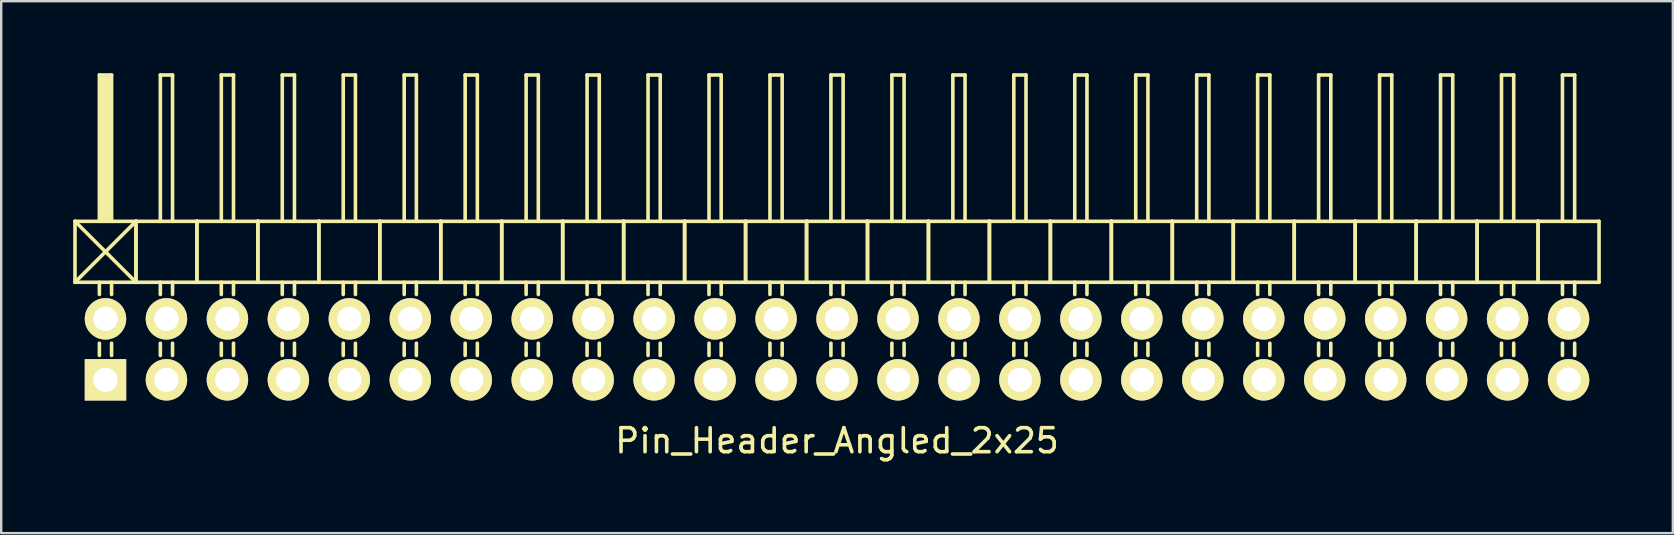
<source format=kicad_pcb>
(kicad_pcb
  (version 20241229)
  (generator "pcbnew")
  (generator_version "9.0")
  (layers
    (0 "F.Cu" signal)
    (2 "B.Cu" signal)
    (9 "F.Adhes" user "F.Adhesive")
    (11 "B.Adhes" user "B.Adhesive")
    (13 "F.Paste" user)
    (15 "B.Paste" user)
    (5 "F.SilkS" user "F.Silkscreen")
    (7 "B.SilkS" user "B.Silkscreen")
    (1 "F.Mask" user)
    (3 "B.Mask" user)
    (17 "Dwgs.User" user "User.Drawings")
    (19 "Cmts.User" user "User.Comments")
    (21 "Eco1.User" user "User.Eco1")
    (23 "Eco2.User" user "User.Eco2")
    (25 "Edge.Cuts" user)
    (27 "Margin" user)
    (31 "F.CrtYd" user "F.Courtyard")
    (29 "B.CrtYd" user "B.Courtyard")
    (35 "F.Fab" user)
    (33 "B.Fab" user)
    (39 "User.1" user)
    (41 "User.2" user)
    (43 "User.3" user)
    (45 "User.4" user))
  (footprint "Pin_Header_Angled_2x25"
    (layer "F.Cu")
    (at 31.825 11.505)
    (property "Reference" "Pin_Header_Angled_2x25" (at 0 3.81 0) (layer "F.SilkS") (effects (font (size 1 1) (thickness 0.15))))
    (attr through_hole)
    (fp_line (start -31.75 -5.334) (end -29.21 -2.794) (stroke (width 0.15) (type solid)) (layer "F.SilkS"))
    (fp_line (start -31.75 -2.794) (end -31.75 -5.334) (stroke (width 0.15) (type solid)) (layer "F.SilkS"))
    (fp_line (start -31.75 -2.794) (end -29.21 -5.334) (stroke (width 0.15) (type solid)) (layer "F.SilkS"))
    (fp_line (start -31.75 -2.794) (end -29.21 -2.794) (stroke (width 0.15) (type solid)) (layer "F.SilkS"))
    (fp_line (start -30.734 -11.43) (end -30.226 -11.43) (stroke (width 0.15) (type solid)) (layer "F.SilkS"))
    (fp_line (start -30.734 -5.334) (end -30.734 -11.43) (stroke (width 0.15) (type solid)) (layer "F.SilkS"))
    (fp_line (start -30.734 -2.794) (end -30.734 -2.286) (stroke (width 0.15) (type solid)) (layer "F.SilkS"))
    (fp_line (start -30.734 -0.254) (end -30.734 0.254) (stroke (width 0.15) (type solid)) (layer "F.SilkS"))
    (fp_line (start -30.607 -11.303) (end -30.353 -11.303) (stroke (width 0.15) (type solid)) (layer "F.SilkS"))
    (fp_line (start -30.607 -5.334) (end -30.607 -11.303) (stroke (width 0.15) (type solid)) (layer "F.SilkS"))
    (fp_line (start -30.48 -5.461) (end -30.48 -11.303) (stroke (width 0.15) (type solid)) (layer "F.SilkS"))
    (fp_line (start -30.353 -11.303) (end -30.353 -5.461) (stroke (width 0.15) (type solid)) (layer "F.SilkS"))
    (fp_line (start -30.353 -5.461) (end -30.48 -5.461) (stroke (width 0.15) (type solid)) (layer "F.SilkS"))
    (fp_line (start -30.226 -11.43) (end -30.226 -5.334) (stroke (width 0.15) (type solid)) (layer "F.SilkS"))
    (fp_line (start -30.226 -2.794) (end -30.226 -2.286) (stroke (width 0.15) (type solid)) (layer "F.SilkS"))
    (fp_line (start -30.226 -0.254) (end -30.226 0.254) (stroke (width 0.15) (type solid)) (layer "F.SilkS"))
    (fp_line (start -29.21 -5.334) (end -31.75 -5.334) (stroke (width 0.15) (type solid)) (layer "F.SilkS"))
    (fp_line (start -29.21 -2.794) (end -29.21 -5.334) (stroke (width 0.15) (type solid)) (layer "F.SilkS"))
    (fp_line (start -29.21 -2.794) (end -29.21 -5.334) (stroke (width 0.15) (type solid)) (layer "F.SilkS"))
    (fp_line (start -29.21 -2.794) (end -26.67 -2.794) (stroke (width 0.15) (type solid)) (layer "F.SilkS"))
    (fp_line (start -28.194 -11.43) (end -27.686 -11.43) (stroke (width 0.15) (type solid)) (layer "F.SilkS"))
    (fp_line (start -28.194 -5.334) (end -28.194 -11.43) (stroke (width 0.15) (type solid)) (layer "F.SilkS"))
    (fp_line (start -28.194 -2.794) (end -28.194 -2.286) (stroke (width 0.15) (type solid)) (layer "F.SilkS"))
    (fp_line (start -28.194 -0.254) (end -28.194 0.254) (stroke (width 0.15) (type solid)) (layer "F.SilkS"))
    (fp_line (start -27.686 -11.43) (end -27.686 -5.334) (stroke (width 0.15) (type solid)) (layer "F.SilkS"))
    (fp_line (start -27.686 -2.794) (end -27.686 -2.286) (stroke (width 0.15) (type solid)) (layer "F.SilkS"))
    (fp_line (start -27.686 -0.254) (end -27.686 0.254) (stroke (width 0.15) (type solid)) (layer "F.SilkS"))
    (fp_line (start -26.67 -5.334) (end -29.21 -5.334) (stroke (width 0.15) (type solid)) (layer "F.SilkS"))
    (fp_line (start -26.67 -2.794) (end -26.67 -5.334) (stroke (width 0.15) (type solid)) (layer "F.SilkS"))
    (fp_line (start -26.67 -2.794) (end -26.67 -5.334) (stroke (width 0.15) (type solid)) (layer "F.SilkS"))
    (fp_line (start -26.67 -2.794) (end -24.13 -2.794) (stroke (width 0.15) (type solid)) (layer "F.SilkS"))
    (fp_line (start -25.654 -11.43) (end -25.146 -11.43) (stroke (width 0.15) (type solid)) (layer "F.SilkS"))
    (fp_line (start -25.654 -5.334) (end -25.654 -11.43) (stroke (width 0.15) (type solid)) (layer "F.SilkS"))
    (fp_line (start -25.654 -2.794) (end -25.654 -2.286) (stroke (width 0.15) (type solid)) (layer "F.SilkS"))
    (fp_line (start -25.654 -0.254) (end -25.654 0.254) (stroke (width 0.15) (type solid)) (layer "F.SilkS"))
    (fp_line (start -25.146 -11.43) (end -25.146 -5.334) (stroke (width 0.15) (type solid)) (layer "F.SilkS"))
    (fp_line (start -25.146 -2.794) (end -25.146 -2.286) (stroke (width 0.15) (type solid)) (layer "F.SilkS"))
    (fp_line (start -25.146 -0.254) (end -25.146 0.254) (stroke (width 0.15) (type solid)) (layer "F.SilkS"))
    (fp_line (start -24.13 -5.334) (end -26.67 -5.334) (stroke (width 0.15) (type solid)) (layer "F.SilkS"))
    (fp_line (start -24.13 -2.794) (end -24.13 -5.334) (stroke (width 0.15) (type solid)) (layer "F.SilkS"))
    (fp_line (start -24.13 -2.794) (end -24.13 -5.334) (stroke (width 0.15) (type solid)) (layer "F.SilkS"))
    (fp_line (start -24.13 -2.794) (end -21.59 -2.794) (stroke (width 0.15) (type solid)) (layer "F.SilkS"))
    (fp_line (start -23.114 -11.43) (end -22.606 -11.43) (stroke (width 0.15) (type solid)) (layer "F.SilkS"))
    (fp_line (start -23.114 -5.334) (end -23.114 -11.43) (stroke (width 0.15) (type solid)) (layer "F.SilkS"))
    (fp_line (start -23.114 -2.794) (end -23.114 -2.286) (stroke (width 0.15) (type solid)) (layer "F.SilkS"))
    (fp_line (start -23.114 -0.254) (end -23.114 0.254) (stroke (width 0.15) (type solid)) (layer "F.SilkS"))
    (fp_line (start -22.606 -11.43) (end -22.606 -5.334) (stroke (width 0.15) (type solid)) (layer "F.SilkS"))
    (fp_line (start -22.606 -2.794) (end -22.606 -2.286) (stroke (width 0.15) (type solid)) (layer "F.SilkS"))
    (fp_line (start -22.606 -0.254) (end -22.606 0.254) (stroke (width 0.15) (type solid)) (layer "F.SilkS"))
    (fp_line (start -21.59 -5.334) (end -24.13 -5.334) (stroke (width 0.15) (type solid)) (layer "F.SilkS"))
    (fp_line (start -21.59 -2.794) (end -21.59 -5.334) (stroke (width 0.15) (type solid)) (layer "F.SilkS"))
    (fp_line (start -21.59 -2.794) (end -21.59 -5.334) (stroke (width 0.15) (type solid)) (layer "F.SilkS"))
    (fp_line (start -21.59 -2.794) (end -19.05 -2.794) (stroke (width 0.15) (type solid)) (layer "F.SilkS"))
    (fp_line (start -20.574 -11.43) (end -20.066 -11.43) (stroke (width 0.15) (type solid)) (layer "F.SilkS"))
    (fp_line (start -20.574 -5.334) (end -20.574 -11.43) (stroke (width 0.15) (type solid)) (layer "F.SilkS"))
    (fp_line (start -20.574 -2.794) (end -20.574 -2.286) (stroke (width 0.15) (type solid)) (layer "F.SilkS"))
    (fp_line (start -20.574 -0.254) (end -20.574 0.254) (stroke (width 0.15) (type solid)) (layer "F.SilkS"))
    (fp_line (start -20.066 -11.43) (end -20.066 -5.334) (stroke (width 0.15) (type solid)) (layer "F.SilkS"))
    (fp_line (start -20.066 -2.794) (end -20.066 -2.286) (stroke (width 0.15) (type solid)) (layer "F.SilkS"))
    (fp_line (start -20.066 -0.254) (end -20.066 0.254) (stroke (width 0.15) (type solid)) (layer "F.SilkS"))
    (fp_line (start -19.05 -5.334) (end -21.59 -5.334) (stroke (width 0.15) (type solid)) (layer "F.SilkS"))
    (fp_line (start -19.05 -2.794) (end -19.05 -5.334) (stroke (width 0.15) (type solid)) (layer "F.SilkS"))
    (fp_line (start -19.05 -2.794) (end -19.05 -5.334) (stroke (width 0.15) (type solid)) (layer "F.SilkS"))
    (fp_line (start -19.05 -2.794) (end -16.51 -2.794) (stroke (width 0.15) (type solid)) (layer "F.SilkS"))
    (fp_line (start -18.034 -11.43) (end -17.526 -11.43) (stroke (width 0.15) (type solid)) (layer "F.SilkS"))
    (fp_line (start -18.034 -5.334) (end -18.034 -11.43) (stroke (width 0.15) (type solid)) (layer "F.SilkS"))
    (fp_line (start -18.034 -2.794) (end -18.034 -2.286) (stroke (width 0.15) (type solid)) (layer "F.SilkS"))
    (fp_line (start -18.034 -0.254) (end -18.034 0.254) (stroke (width 0.15) (type solid)) (layer "F.SilkS"))
    (fp_line (start -17.526 -11.43) (end -17.526 -5.334) (stroke (width 0.15) (type solid)) (layer "F.SilkS"))
    (fp_line (start -17.526 -2.794) (end -17.526 -2.286) (stroke (width 0.15) (type solid)) (layer "F.SilkS"))
    (fp_line (start -17.526 -0.254) (end -17.526 0.254) (stroke (width 0.15) (type solid)) (layer "F.SilkS"))
    (fp_line (start -16.51 -5.334) (end -19.05 -5.334) (stroke (width 0.15) (type solid)) (layer "F.SilkS"))
    (fp_line (start -16.51 -2.794) (end -16.51 -5.334) (stroke (width 0.15) (type solid)) (layer "F.SilkS"))
    (fp_line (start -16.51 -2.794) (end -16.51 -5.334) (stroke (width 0.15) (type solid)) (layer "F.SilkS"))
    (fp_line (start -16.51 -2.794) (end -13.97 -2.794) (stroke (width 0.15) (type solid)) (layer "F.SilkS"))
    (fp_line (start -15.494 -11.43) (end -14.986 -11.43) (stroke (width 0.15) (type solid)) (layer "F.SilkS"))
    (fp_line (start -15.494 -5.334) (end -15.494 -11.43) (stroke (width 0.15) (type solid)) (layer "F.SilkS"))
    (fp_line (start -15.494 -2.794) (end -15.494 -2.286) (stroke (width 0.15) (type solid)) (layer "F.SilkS"))
    (fp_line (start -15.494 -0.254) (end -15.494 0.254) (stroke (width 0.15) (type solid)) (layer "F.SilkS"))
    (fp_line (start -14.986 -11.43) (end -14.986 -5.334) (stroke (width 0.15) (type solid)) (layer "F.SilkS"))
    (fp_line (start -14.986 -2.794) (end -14.986 -2.286) (stroke (width 0.15) (type solid)) (layer "F.SilkS"))
    (fp_line (start -14.986 -0.254) (end -14.986 0.254) (stroke (width 0.15) (type solid)) (layer "F.SilkS"))
    (fp_line (start -13.97 -5.334) (end -16.51 -5.334) (stroke (width 0.15) (type solid)) (layer "F.SilkS"))
    (fp_line (start -13.97 -2.794) (end -13.97 -5.334) (stroke (width 0.15) (type solid)) (layer "F.SilkS"))
    (fp_line (start -13.97 -2.794) (end -13.97 -5.334) (stroke (width 0.15) (type solid)) (layer "F.SilkS"))
    (fp_line (start -13.97 -2.794) (end -11.43 -2.794) (stroke (width 0.15) (type solid)) (layer "F.SilkS"))
    (fp_line (start -12.954 -11.43) (end -12.446 -11.43) (stroke (width 0.15) (type solid)) (layer "F.SilkS"))
    (fp_line (start -12.954 -5.334) (end -12.954 -11.43) (stroke (width 0.15) (type solid)) (layer "F.SilkS"))
    (fp_line (start -12.954 -2.794) (end -12.954 -2.286) (stroke (width 0.15) (type solid)) (layer "F.SilkS"))
    (fp_line (start -12.954 -0.254) (end -12.954 0.254) (stroke (width 0.15) (type solid)) (layer "F.SilkS"))
    (fp_line (start -12.446 -11.43) (end -12.446 -5.334) (stroke (width 0.15) (type solid)) (layer "F.SilkS"))
    (fp_line (start -12.446 -2.794) (end -12.446 -2.286) (stroke (width 0.15) (type solid)) (layer "F.SilkS"))
    (fp_line (start -12.446 -0.254) (end -12.446 0.254) (stroke (width 0.15) (type solid)) (layer "F.SilkS"))
    (fp_line (start -11.43 -5.334) (end -13.97 -5.334) (stroke (width 0.15) (type solid)) (layer "F.SilkS"))
    (fp_line (start -11.43 -2.794) (end -11.43 -5.334) (stroke (width 0.15) (type solid)) (layer "F.SilkS"))
    (fp_line (start -11.43 -2.794) (end -11.43 -5.334) (stroke (width 0.15) (type solid)) (layer "F.SilkS"))
    (fp_line (start -11.43 -2.794) (end -8.89 -2.794) (stroke (width 0.15) (type solid)) (layer "F.SilkS"))
    (fp_line (start -10.414 -11.43) (end -9.906 -11.43) (stroke (width 0.15) (type solid)) (layer "F.SilkS"))
    (fp_line (start -10.414 -5.334) (end -10.414 -11.43) (stroke (width 0.15) (type solid)) (layer "F.SilkS"))
    (fp_line (start -10.414 -2.794) (end -10.414 -2.286) (stroke (width 0.15) (type solid)) (layer "F.SilkS"))
    (fp_line (start -10.414 -0.254) (end -10.414 0.254) (stroke (width 0.15) (type solid)) (layer "F.SilkS"))
    (fp_line (start -9.906 -11.43) (end -9.906 -5.334) (stroke (width 0.15) (type solid)) (layer "F.SilkS"))
    (fp_line (start -9.906 -2.794) (end -9.906 -2.286) (stroke (width 0.15) (type solid)) (layer "F.SilkS"))
    (fp_line (start -9.906 -0.254) (end -9.906 0.254) (stroke (width 0.15) (type solid)) (layer "F.SilkS"))
    (fp_line (start -8.89 -5.334) (end -11.43 -5.334) (stroke (width 0.15) (type solid)) (layer "F.SilkS"))
    (fp_line (start -8.89 -2.794) (end -8.89 -5.334) (stroke (width 0.15) (type solid)) (layer "F.SilkS"))
    (fp_line (start -8.89 -2.794) (end -8.89 -5.334) (stroke (width 0.15) (type solid)) (layer "F.SilkS"))
    (fp_line (start -8.89 -2.794) (end -6.35 -2.794) (stroke (width 0.15) (type solid)) (layer "F.SilkS"))
    (fp_line (start -7.874 -11.43) (end -7.366 -11.43) (stroke (width 0.15) (type solid)) (layer "F.SilkS"))
    (fp_line (start -7.874 -5.334) (end -7.874 -11.43) (stroke (width 0.15) (type solid)) (layer "F.SilkS"))
    (fp_line (start -7.874 -2.794) (end -7.874 -2.286) (stroke (width 0.15) (type solid)) (layer "F.SilkS"))
    (fp_line (start -7.874 -0.254) (end -7.874 0.254) (stroke (width 0.15) (type solid)) (layer "F.SilkS"))
    (fp_line (start -7.366 -11.43) (end -7.366 -5.334) (stroke (width 0.15) (type solid)) (layer "F.SilkS"))
    (fp_line (start -7.366 -2.794) (end -7.366 -2.286) (stroke (width 0.15) (type solid)) (layer "F.SilkS"))
    (fp_line (start -7.366 -0.254) (end -7.366 0.254) (stroke (width 0.15) (type solid)) (layer "F.SilkS"))
    (fp_line (start -6.35 -5.334) (end -8.89 -5.334) (stroke (width 0.15) (type solid)) (layer "F.SilkS"))
    (fp_line (start -6.35 -2.794) (end -6.35 -5.334) (stroke (width 0.15) (type solid)) (layer "F.SilkS"))
    (fp_line (start -6.35 -2.794) (end -6.35 -5.334) (stroke (width 0.15) (type solid)) (layer "F.SilkS"))
    (fp_line (start -6.35 -2.794) (end -3.81 -2.794) (stroke (width 0.15) (type solid)) (layer "F.SilkS"))
    (fp_line (start -5.334 -11.43) (end -4.826 -11.43) (stroke (width 0.15) (type solid)) (layer "F.SilkS"))
    (fp_line (start -5.334 -5.334) (end -5.334 -11.43) (stroke (width 0.15) (type solid)) (layer "F.SilkS"))
    (fp_line (start -5.334 -2.794) (end -5.334 -2.286) (stroke (width 0.15) (type solid)) (layer "F.SilkS"))
    (fp_line (start -5.334 -0.254) (end -5.334 0.254) (stroke (width 0.15) (type solid)) (layer "F.SilkS"))
    (fp_line (start -4.826 -11.43) (end -4.826 -5.334) (stroke (width 0.15) (type solid)) (layer "F.SilkS"))
    (fp_line (start -4.826 -2.794) (end -4.826 -2.286) (stroke (width 0.15) (type solid)) (layer "F.SilkS"))
    (fp_line (start -4.826 -0.254) (end -4.826 0.254) (stroke (width 0.15) (type solid)) (layer "F.SilkS"))
    (fp_line (start -3.81 -5.334) (end -6.35 -5.334) (stroke (width 0.15) (type solid)) (layer "F.SilkS"))
    (fp_line (start -3.81 -2.794) (end -3.81 -5.334) (stroke (width 0.15) (type solid)) (layer "F.SilkS"))
    (fp_line (start -3.81 -2.794) (end -3.81 -5.334) (stroke (width 0.15) (type solid)) (layer "F.SilkS"))
    (fp_line (start -3.81 -2.794) (end -1.27 -2.794) (stroke (width 0.15) (type solid)) (layer "F.SilkS"))
    (fp_line (start -2.794 -11.43) (end -2.286 -11.43) (stroke (width 0.15) (type solid)) (layer "F.SilkS"))
    (fp_line (start -2.794 -5.334) (end -2.794 -11.43) (stroke (width 0.15) (type solid)) (layer "F.SilkS"))
    (fp_line (start -2.794 -2.794) (end -2.794 -2.286) (stroke (width 0.15) (type solid)) (layer "F.SilkS"))
    (fp_line (start -2.794 -0.254) (end -2.794 0.254) (stroke (width 0.15) (type solid)) (layer "F.SilkS"))
    (fp_line (start -2.286 -11.43) (end -2.286 -5.334) (stroke (width 0.15) (type solid)) (layer "F.SilkS"))
    (fp_line (start -2.286 -2.794) (end -2.286 -2.286) (stroke (width 0.15) (type solid)) (layer "F.SilkS"))
    (fp_line (start -2.286 -0.254) (end -2.286 0.254) (stroke (width 0.15) (type solid)) (layer "F.SilkS"))
    (fp_line (start -1.27 -5.334) (end -3.81 -5.334) (stroke (width 0.15) (type solid)) (layer "F.SilkS"))
    (fp_line (start -1.27 -2.794) (end -1.27 -5.334) (stroke (width 0.15) (type solid)) (layer "F.SilkS"))
    (fp_line (start -1.27 -2.794) (end -1.27 -5.334) (stroke (width 0.15) (type solid)) (layer "F.SilkS"))
    (fp_line (start -1.27 -2.794) (end 1.27 -2.794) (stroke (width 0.15) (type solid)) (layer "F.SilkS"))
    (fp_line (start -0.254 -11.43) (end 0.254 -11.43) (stroke (width 0.15) (type solid)) (layer "F.SilkS"))
    (fp_line (start -0.254 -5.334) (end -0.254 -11.43) (stroke (width 0.15) (type solid)) (layer "F.SilkS"))
    (fp_line (start -0.254 -2.794) (end -0.254 -2.286) (stroke (width 0.15) (type solid)) (layer "F.SilkS"))
    (fp_line (start -0.254 -0.254) (end -0.254 0.254) (stroke (width 0.15) (type solid)) (layer "F.SilkS"))
    (fp_line (start 0.254 -11.43) (end 0.254 -5.334) (stroke (width 0.15) (type solid)) (layer "F.SilkS"))
    (fp_line (start 0.254 -2.794) (end 0.254 -2.286) (stroke (width 0.15) (type solid)) (layer "F.SilkS"))
    (fp_line (start 0.254 -0.254) (end 0.254 0.254) (stroke (width 0.15) (type solid)) (layer "F.SilkS"))
    (fp_line (start 1.27 -5.334) (end -1.27 -5.334) (stroke (width 0.15) (type solid)) (layer "F.SilkS"))
    (fp_line (start 1.27 -2.794) (end 1.27 -5.334) (stroke (width 0.15) (type solid)) (layer "F.SilkS"))
    (fp_line (start 1.27 -2.794) (end 1.27 -5.334) (stroke (width 0.15) (type solid)) (layer "F.SilkS"))
    (fp_line (start 1.27 -2.794) (end 3.81 -2.794) (stroke (width 0.15) (type solid)) (layer "F.SilkS"))
    (fp_line (start 2.286 -11.43) (end 2.794 -11.43) (stroke (width 0.15) (type solid)) (layer "F.SilkS"))
    (fp_line (start 2.286 -5.334) (end 2.286 -11.43) (stroke (width 0.15) (type solid)) (layer "F.SilkS"))
    (fp_line (start 2.286 -2.794) (end 2.286 -2.286) (stroke (width 0.15) (type solid)) (layer "F.SilkS"))
    (fp_line (start 2.286 -0.254) (end 2.286 0.254) (stroke (width 0.15) (type solid)) (layer "F.SilkS"))
    (fp_line (start 2.794 -11.43) (end 2.794 -5.334) (stroke (width 0.15) (type solid)) (layer "F.SilkS"))
    (fp_line (start 2.794 -2.794) (end 2.794 -2.286) (stroke (width 0.15) (type solid)) (layer "F.SilkS"))
    (fp_line (start 2.794 -0.254) (end 2.794 0.254) (stroke (width 0.15) (type solid)) (layer "F.SilkS"))
    (fp_line (start 3.81 -5.334) (end 1.27 -5.334) (stroke (width 0.15) (type solid)) (layer "F.SilkS"))
    (fp_line (start 3.81 -2.794) (end 3.81 -5.334) (stroke (width 0.15) (type solid)) (layer "F.SilkS"))
    (fp_line (start 3.81 -2.794) (end 3.81 -5.334) (stroke (width 0.15) (type solid)) (layer "F.SilkS"))
    (fp_line (start 3.81 -2.794) (end 6.35 -2.794) (stroke (width 0.15) (type solid)) (layer "F.SilkS"))
    (fp_line (start 4.826 -11.43) (end 5.334 -11.43) (stroke (width 0.15) (type solid)) (layer "F.SilkS"))
    (fp_line (start 4.826 -5.334) (end 4.826 -11.43) (stroke (width 0.15) (type solid)) (layer "F.SilkS"))
    (fp_line (start 4.826 -2.794) (end 4.826 -2.286) (stroke (width 0.15) (type solid)) (layer "F.SilkS"))
    (fp_line (start 4.826 -0.254) (end 4.826 0.254) (stroke (width 0.15) (type solid)) (layer "F.SilkS"))
    (fp_line (start 5.334 -11.43) (end 5.334 -5.334) (stroke (width 0.15) (type solid)) (layer "F.SilkS"))
    (fp_line (start 5.334 -2.794) (end 5.334 -2.286) (stroke (width 0.15) (type solid)) (layer "F.SilkS"))
    (fp_line (start 5.334 -0.254) (end 5.334 0.254) (stroke (width 0.15) (type solid)) (layer "F.SilkS"))
    (fp_line (start 6.35 -5.334) (end 3.81 -5.334) (stroke (width 0.15) (type solid)) (layer "F.SilkS"))
    (fp_line (start 6.35 -2.794) (end 6.35 -5.334) (stroke (width 0.15) (type solid)) (layer "F.SilkS"))
    (fp_line (start 6.35 -2.794) (end 6.35 -5.334) (stroke (width 0.15) (type solid)) (layer "F.SilkS"))
    (fp_line (start 6.35 -2.794) (end 8.89 -2.794) (stroke (width 0.15) (type solid)) (layer "F.SilkS"))
    (fp_line (start 7.366 -11.43) (end 7.874 -11.43) (stroke (width 0.15) (type solid)) (layer "F.SilkS"))
    (fp_line (start 7.366 -5.334) (end 7.366 -11.43) (stroke (width 0.15) (type solid)) (layer "F.SilkS"))
    (fp_line (start 7.366 -2.794) (end 7.366 -2.286) (stroke (width 0.15) (type solid)) (layer "F.SilkS"))
    (fp_line (start 7.366 -0.254) (end 7.366 0.254) (stroke (width 0.15) (type solid)) (layer "F.SilkS"))
    (fp_line (start 7.874 -11.43) (end 7.874 -5.334) (stroke (width 0.15) (type solid)) (layer "F.SilkS"))
    (fp_line (start 7.874 -2.794) (end 7.874 -2.286) (stroke (width 0.15) (type solid)) (layer "F.SilkS"))
    (fp_line (start 7.874 -0.254) (end 7.874 0.254) (stroke (width 0.15) (type solid)) (layer "F.SilkS"))
    (fp_line (start 8.89 -5.334) (end 6.35 -5.334) (stroke (width 0.15) (type solid)) (layer "F.SilkS"))
    (fp_line (start 8.89 -2.794) (end 8.89 -5.334) (stroke (width 0.15) (type solid)) (layer "F.SilkS"))
    (fp_line (start 8.89 -2.794) (end 8.89 -5.334) (stroke (width 0.15) (type solid)) (layer "F.SilkS"))
    (fp_line (start 8.89 -2.794) (end 11.43 -2.794) (stroke (width 0.15) (type solid)) (layer "F.SilkS"))
    (fp_line (start 9.906 -11.43) (end 10.414 -11.43) (stroke (width 0.15) (type solid)) (layer "F.SilkS"))
    (fp_line (start 9.906 -5.334) (end 9.906 -11.43) (stroke (width 0.15) (type solid)) (layer "F.SilkS"))
    (fp_line (start 9.906 -2.794) (end 9.906 -2.286) (stroke (width 0.15) (type solid)) (layer "F.SilkS"))
    (fp_line (start 9.906 -0.254) (end 9.906 0.254) (stroke (width 0.15) (type solid)) (layer "F.SilkS"))
    (fp_line (start 10.414 -11.43) (end 10.414 -5.334) (stroke (width 0.15) (type solid)) (layer "F.SilkS"))
    (fp_line (start 10.414 -2.794) (end 10.414 -2.286) (stroke (width 0.15) (type solid)) (layer "F.SilkS"))
    (fp_line (start 10.414 -0.254) (end 10.414 0.254) (stroke (width 0.15) (type solid)) (layer "F.SilkS"))
    (fp_line (start 11.43 -5.334) (end 8.89 -5.334) (stroke (width 0.15) (type solid)) (layer "F.SilkS"))
    (fp_line (start 11.43 -2.794) (end 11.43 -5.334) (stroke (width 0.15) (type solid)) (layer "F.SilkS"))
    (fp_line (start 11.43 -2.794) (end 11.43 -5.334) (stroke (width 0.15) (type solid)) (layer "F.SilkS"))
    (fp_line (start 11.43 -2.794) (end 13.97 -2.794) (stroke (width 0.15) (type solid)) (layer "F.SilkS"))
    (fp_line (start 12.446 -11.43) (end 12.954 -11.43) (stroke (width 0.15) (type solid)) (layer "F.SilkS"))
    (fp_line (start 12.446 -5.334) (end 12.446 -11.43) (stroke (width 0.15) (type solid)) (layer "F.SilkS"))
    (fp_line (start 12.446 -2.794) (end 12.446 -2.286) (stroke (width 0.15) (type solid)) (layer "F.SilkS"))
    (fp_line (start 12.446 -0.254) (end 12.446 0.254) (stroke (width 0.15) (type solid)) (layer "F.SilkS"))
    (fp_line (start 12.954 -11.43) (end 12.954 -5.334) (stroke (width 0.15) (type solid)) (layer "F.SilkS"))
    (fp_line (start 12.954 -2.794) (end 12.954 -2.286) (stroke (width 0.15) (type solid)) (layer "F.SilkS"))
    (fp_line (start 12.954 -0.254) (end 12.954 0.254) (stroke (width 0.15) (type solid)) (layer "F.SilkS"))
    (fp_line (start 13.97 -5.334) (end 11.43 -5.334) (stroke (width 0.15) (type solid)) (layer "F.SilkS"))
    (fp_line (start 13.97 -2.794) (end 13.97 -5.334) (stroke (width 0.15) (type solid)) (layer "F.SilkS"))
    (fp_line (start 13.97 -2.794) (end 13.97 -5.334) (stroke (width 0.15) (type solid)) (layer "F.SilkS"))
    (fp_line (start 13.97 -2.794) (end 16.51 -2.794) (stroke (width 0.15) (type solid)) (layer "F.SilkS"))
    (fp_line (start 14.986 -11.43) (end 15.494 -11.43) (stroke (width 0.15) (type solid)) (layer "F.SilkS"))
    (fp_line (start 14.986 -5.334) (end 14.986 -11.43) (stroke (width 0.15) (type solid)) (layer "F.SilkS"))
    (fp_line (start 14.986 -2.794) (end 14.986 -2.286) (stroke (width 0.15) (type solid)) (layer "F.SilkS"))
    (fp_line (start 14.986 -0.254) (end 14.986 0.254) (stroke (width 0.15) (type solid)) (layer "F.SilkS"))
    (fp_line (start 15.494 -11.43) (end 15.494 -5.334) (stroke (width 0.15) (type solid)) (layer "F.SilkS"))
    (fp_line (start 15.494 -2.794) (end 15.494 -2.286) (stroke (width 0.15) (type solid)) (layer "F.SilkS"))
    (fp_line (start 15.494 -0.254) (end 15.494 0.254) (stroke (width 0.15) (type solid)) (layer "F.SilkS"))
    (fp_line (start 16.51 -5.334) (end 13.97 -5.334) (stroke (width 0.15) (type solid)) (layer "F.SilkS"))
    (fp_line (start 16.51 -2.794) (end 16.51 -5.334) (stroke (width 0.15) (type solid)) (layer "F.SilkS"))
    (fp_line (start 16.51 -2.794) (end 16.51 -5.334) (stroke (width 0.15) (type solid)) (layer "F.SilkS"))
    (fp_line (start 16.51 -2.794) (end 19.05 -2.794) (stroke (width 0.15) (type solid)) (layer "F.SilkS"))
    (fp_line (start 17.526 -11.43) (end 18.034 -11.43) (stroke (width 0.15) (type solid)) (layer "F.SilkS"))
    (fp_line (start 17.526 -5.334) (end 17.526 -11.43) (stroke (width 0.15) (type solid)) (layer "F.SilkS"))
    (fp_line (start 17.526 -2.794) (end 17.526 -2.286) (stroke (width 0.15) (type solid)) (layer "F.SilkS"))
    (fp_line (start 17.526 -0.254) (end 17.526 0.254) (stroke (width 0.15) (type solid)) (layer "F.SilkS"))
    (fp_line (start 18.034 -11.43) (end 18.034 -5.334) (stroke (width 0.15) (type solid)) (layer "F.SilkS"))
    (fp_line (start 18.034 -2.794) (end 18.034 -2.286) (stroke (width 0.15) (type solid)) (layer "F.SilkS"))
    (fp_line (start 18.034 -0.254) (end 18.034 0.254) (stroke (width 0.15) (type solid)) (layer "F.SilkS"))
    (fp_line (start 19.05 -5.334) (end 16.51 -5.334) (stroke (width 0.15) (type solid)) (layer "F.SilkS"))
    (fp_line (start 19.05 -2.794) (end 19.05 -5.334) (stroke (width 0.15) (type solid)) (layer "F.SilkS"))
    (fp_line (start 19.05 -2.794) (end 19.05 -5.334) (stroke (width 0.15) (type solid)) (layer "F.SilkS"))
    (fp_line (start 19.05 -2.794) (end 21.59 -2.794) (stroke (width 0.15) (type solid)) (layer "F.SilkS"))
    (fp_line (start 20.066 -11.43) (end 20.574 -11.43) (stroke (width 0.15) (type solid)) (layer "F.SilkS"))
    (fp_line (start 20.066 -5.334) (end 20.066 -11.43) (stroke (width 0.15) (type solid)) (layer "F.SilkS"))
    (fp_line (start 20.066 -2.794) (end 20.066 -2.286) (stroke (width 0.15) (type solid)) (layer "F.SilkS"))
    (fp_line (start 20.066 -0.254) (end 20.066 0.254) (stroke (width 0.15) (type solid)) (layer "F.SilkS"))
    (fp_line (start 20.574 -11.43) (end 20.574 -5.334) (stroke (width 0.15) (type solid)) (layer "F.SilkS"))
    (fp_line (start 20.574 -2.794) (end 20.574 -2.286) (stroke (width 0.15) (type solid)) (layer "F.SilkS"))
    (fp_line (start 20.574 -0.254) (end 20.574 0.254) (stroke (width 0.15) (type solid)) (layer "F.SilkS"))
    (fp_line (start 21.59 -5.334) (end 19.05 -5.334) (stroke (width 0.15) (type solid)) (layer "F.SilkS"))
    (fp_line (start 21.59 -2.794) (end 21.59 -5.334) (stroke (width 0.15) (type solid)) (layer "F.SilkS"))
    (fp_line (start 21.59 -2.794) (end 21.59 -5.334) (stroke (width 0.15) (type solid)) (layer "F.SilkS"))
    (fp_line (start 21.59 -2.794) (end 24.13 -2.794) (stroke (width 0.15) (type solid)) (layer "F.SilkS"))
    (fp_line (start 22.606 -11.43) (end 23.114 -11.43) (stroke (width 0.15) (type solid)) (layer "F.SilkS"))
    (fp_line (start 22.606 -5.334) (end 22.606 -11.43) (stroke (width 0.15) (type solid)) (layer "F.SilkS"))
    (fp_line (start 22.606 -2.794) (end 22.606 -2.286) (stroke (width 0.15) (type solid)) (layer "F.SilkS"))
    (fp_line (start 22.606 -0.254) (end 22.606 0.254) (stroke (width 0.15) (type solid)) (layer "F.SilkS"))
    (fp_line (start 23.114 -11.43) (end 23.114 -5.334) (stroke (width 0.15) (type solid)) (layer "F.SilkS"))
    (fp_line (start 23.114 -2.794) (end 23.114 -2.286) (stroke (width 0.15) (type solid)) (layer "F.SilkS"))
    (fp_line (start 23.114 -0.254) (end 23.114 0.254) (stroke (width 0.15) (type solid)) (layer "F.SilkS"))
    (fp_line (start 24.13 -5.334) (end 21.59 -5.334) (stroke (width 0.15) (type solid)) (layer "F.SilkS"))
    (fp_line (start 24.13 -2.794) (end 24.13 -5.334) (stroke (width 0.15) (type solid)) (layer "F.SilkS"))
    (fp_line (start 24.13 -2.794) (end 24.13 -5.334) (stroke (width 0.15) (type solid)) (layer "F.SilkS"))
    (fp_line (start 24.13 -2.794) (end 26.67 -2.794) (stroke (width 0.15) (type solid)) (layer "F.SilkS"))
    (fp_line (start 25.146 -11.43) (end 25.654 -11.43) (stroke (width 0.15) (type solid)) (layer "F.SilkS"))
    (fp_line (start 25.146 -5.334) (end 25.146 -11.43) (stroke (width 0.15) (type solid)) (layer "F.SilkS"))
    (fp_line (start 25.146 -2.794) (end 25.146 -2.286) (stroke (width 0.15) (type solid)) (layer "F.SilkS"))
    (fp_line (start 25.146 -0.254) (end 25.146 0.254) (stroke (width 0.15) (type solid)) (layer "F.SilkS"))
    (fp_line (start 25.654 -11.43) (end 25.654 -5.334) (stroke (width 0.15) (type solid)) (layer "F.SilkS"))
    (fp_line (start 25.654 -2.794) (end 25.654 -2.286) (stroke (width 0.15) (type solid)) (layer "F.SilkS"))
    (fp_line (start 25.654 -0.254) (end 25.654 0.254) (stroke (width 0.15) (type solid)) (layer "F.SilkS"))
    (fp_line (start 26.67 -5.334) (end 24.13 -5.334) (stroke (width 0.15) (type solid)) (layer "F.SilkS"))
    (fp_line (start 26.67 -2.794) (end 26.67 -5.334) (stroke (width 0.15) (type solid)) (layer "F.SilkS"))
    (fp_line (start 26.67 -2.794) (end 26.67 -5.334) (stroke (width 0.15) (type solid)) (layer "F.SilkS"))
    (fp_line (start 26.67 -2.794) (end 29.21 -2.794) (stroke (width 0.15) (type solid)) (layer "F.SilkS"))
    (fp_line (start 27.686 -11.43) (end 28.194 -11.43) (stroke (width 0.15) (type solid)) (layer "F.SilkS"))
    (fp_line (start 27.686 -5.334) (end 27.686 -11.43) (stroke (width 0.15) (type solid)) (layer "F.SilkS"))
    (fp_line (start 27.686 -2.794) (end 27.686 -2.286) (stroke (width 0.15) (type solid)) (layer "F.SilkS"))
    (fp_line (start 27.686 -0.254) (end 27.686 0.254) (stroke (width 0.15) (type solid)) (layer "F.SilkS"))
    (fp_line (start 28.194 -11.43) (end 28.194 -5.334) (stroke (width 0.15) (type solid)) (layer "F.SilkS"))
    (fp_line (start 28.194 -2.794) (end 28.194 -2.286) (stroke (width 0.15) (type solid)) (layer "F.SilkS"))
    (fp_line (start 28.194 -0.254) (end 28.194 0.254) (stroke (width 0.15) (type solid)) (layer "F.SilkS"))
    (fp_line (start 29.21 -5.334) (end 26.67 -5.334) (stroke (width 0.15) (type solid)) (layer "F.SilkS"))
    (fp_line (start 29.21 -2.794) (end 29.21 -5.334) (stroke (width 0.15) (type solid)) (layer "F.SilkS"))
    (fp_line (start 29.21 -2.794) (end 29.21 -5.334) (stroke (width 0.15) (type solid)) (layer "F.SilkS"))
    (fp_line (start 29.21 -2.794) (end 31.75 -2.794) (stroke (width 0.15) (type solid)) (layer "F.SilkS"))
    (fp_line (start 30.226 -11.43) (end 30.734 -11.43) (stroke (width 0.15) (type solid)) (layer "F.SilkS"))
    (fp_line (start 30.226 -5.334) (end 30.226 -11.43) (stroke (width 0.15) (type solid)) (layer "F.SilkS"))
    (fp_line (start 30.226 -2.794) (end 30.226 -2.286) (stroke (width 0.15) (type solid)) (layer "F.SilkS"))
    (fp_line (start 30.226 -0.254) (end 30.226 0.254) (stroke (width 0.15) (type solid)) (layer "F.SilkS"))
    (fp_line (start 30.734 -11.43) (end 30.734 -5.334) (stroke (width 0.15) (type solid)) (layer "F.SilkS"))
    (fp_line (start 30.734 -2.794) (end 30.734 -2.286) (stroke (width 0.15) (type solid)) (layer "F.SilkS"))
    (fp_line (start 30.734 -0.254) (end 30.734 0.254) (stroke (width 0.15) (type solid)) (layer "F.SilkS"))
    (fp_line (start 31.75 -5.334) (end 29.21 -5.334) (stroke (width 0.15) (type solid)) (layer "F.SilkS"))
    (fp_line (start 31.75 -2.794) (end 31.75 -5.334) (stroke (width 0.15) (type solid)) (layer "F.SilkS"))
    (pad "1" thru_hole rect (at -30.48 1.27) (size 1.727 1.727) (drill 1.016) (layers "*.Cu" "*.Mask" "F.SilkS"))
    (pad "2" thru_hole oval (at -30.48 -1.27) (size 1.727 1.727) (drill 1.016) (layers "*.Cu" "*.Mask" "F.SilkS"))
    (pad "3" thru_hole oval (at -27.94 1.27) (size 1.727 1.727) (drill 1.016) (layers "*.Cu" "*.Mask" "F.SilkS"))
    (pad "4" thru_hole oval (at -27.94 -1.27) (size 1.727 1.727) (drill 1.016) (layers "*.Cu" "*.Mask" "F.SilkS"))
    (pad "5" thru_hole oval (at -25.4 1.27) (size 1.727 1.727) (drill 1.016) (layers "*.Cu" "*.Mask" "F.SilkS"))
    (pad "6" thru_hole oval (at -25.4 -1.27) (size 1.727 1.727) (drill 1.016) (layers "*.Cu" "*.Mask" "F.SilkS"))
    (pad "7" thru_hole oval (at -22.86 1.27) (size 1.727 1.727) (drill 1.016) (layers "*.Cu" "*.Mask" "F.SilkS"))
    (pad "8" thru_hole oval (at -22.86 -1.27) (size 1.727 1.727) (drill 1.016) (layers "*.Cu" "*.Mask" "F.SilkS"))
    (pad "9" thru_hole oval (at -20.32 1.27) (size 1.727 1.727) (drill 1.016) (layers "*.Cu" "*.Mask" "F.SilkS"))
    (pad "10" thru_hole oval (at -20.32 -1.27) (size 1.727 1.727) (drill 1.016) (layers "*.Cu" "*.Mask" "F.SilkS"))
    (pad "11" thru_hole oval (at -17.78 1.27) (size 1.727 1.727) (drill 1.016) (layers "*.Cu" "*.Mask" "F.SilkS"))
    (pad "12" thru_hole oval (at -17.78 -1.27) (size 1.727 1.727) (drill 1.016) (layers "*.Cu" "*.Mask" "F.SilkS"))
    (pad "13" thru_hole oval (at -15.24 1.27) (size 1.727 1.727) (drill 1.016) (layers "*.Cu" "*.Mask" "F.SilkS"))
    (pad "14" thru_hole oval (at -15.24 -1.27) (size 1.727 1.727) (drill 1.016) (layers "*.Cu" "*.Mask" "F.SilkS"))
    (pad "15" thru_hole oval (at -12.7 1.27) (size 1.727 1.727) (drill 1.016) (layers "*.Cu" "*.Mask" "F.SilkS"))
    (pad "16" thru_hole oval (at -12.7 -1.27) (size 1.727 1.727) (drill 1.016) (layers "*.Cu" "*.Mask" "F.SilkS"))
    (pad "17" thru_hole oval (at -10.16 1.27) (size 1.727 1.727) (drill 1.016) (layers "*.Cu" "*.Mask" "F.SilkS"))
    (pad "18" thru_hole oval (at -10.16 -1.27) (size 1.727 1.727) (drill 1.016) (layers "*.Cu" "*.Mask" "F.SilkS"))
    (pad "19" thru_hole oval (at -7.62 1.27) (size 1.727 1.727) (drill 1.016) (layers "*.Cu" "*.Mask" "F.SilkS"))
    (pad "20" thru_hole oval (at -7.62 -1.27) (size 1.727 1.727) (drill 1.016) (layers "*.Cu" "*.Mask" "F.SilkS"))
    (pad "21" thru_hole oval (at -5.08 1.27) (size 1.727 1.727) (drill 1.016) (layers "*.Cu" "*.Mask" "F.SilkS"))
    (pad "22" thru_hole oval (at -5.08 -1.27) (size 1.727 1.727) (drill 1.016) (layers "*.Cu" "*.Mask" "F.SilkS"))
    (pad "23" thru_hole oval (at -2.54 1.27) (size 1.727 1.727) (drill 1.016) (layers "*.Cu" "*.Mask" "F.SilkS"))
    (pad "24" thru_hole oval (at -2.54 -1.27) (size 1.727 1.727) (drill 1.016) (layers "*.Cu" "*.Mask" "F.SilkS"))
    (pad "25" thru_hole oval (at 0 1.27) (size 1.727 1.727) (drill 1.016) (layers "*.Cu" "*.Mask" "F.SilkS"))
    (pad "26" thru_hole oval (at 0 -1.27) (size 1.727 1.727) (drill 1.016) (layers "*.Cu" "*.Mask" "F.SilkS"))
    (pad "27" thru_hole oval (at 2.54 1.27) (size 1.727 1.727) (drill 1.016) (layers "*.Cu" "*.Mask" "F.SilkS"))
    (pad "28" thru_hole oval (at 2.54 -1.27) (size 1.727 1.727) (drill 1.016) (layers "*.Cu" "*.Mask" "F.SilkS"))
    (pad "29" thru_hole oval (at 5.08 1.27) (size 1.727 1.727) (drill 1.016) (layers "*.Cu" "*.Mask" "F.SilkS"))
    (pad "30" thru_hole oval (at 5.08 -1.27) (size 1.727 1.727) (drill 1.016) (layers "*.Cu" "*.Mask" "F.SilkS"))
    (pad "31" thru_hole oval (at 7.62 1.27) (size 1.727 1.727) (drill 1.016) (layers "*.Cu" "*.Mask" "F.SilkS"))
    (pad "32" thru_hole oval (at 7.62 -1.27) (size 1.727 1.727) (drill 1.016) (layers "*.Cu" "*.Mask" "F.SilkS"))
    (pad "33" thru_hole oval (at 10.16 1.27) (size 1.727 1.727) (drill 1.016) (layers "*.Cu" "*.Mask" "F.SilkS"))
    (pad "34" thru_hole oval (at 10.16 -1.27) (size 1.727 1.727) (drill 1.016) (layers "*.Cu" "*.Mask" "F.SilkS"))
    (pad "35" thru_hole oval (at 12.7 1.27) (size 1.727 1.727) (drill 1.016) (layers "*.Cu" "*.Mask" "F.SilkS"))
    (pad "36" thru_hole oval (at 12.7 -1.27) (size 1.727 1.727) (drill 1.016) (layers "*.Cu" "*.Mask" "F.SilkS"))
    (pad "37" thru_hole oval (at 15.24 1.27) (size 1.727 1.727) (drill 1.016) (layers "*.Cu" "*.Mask" "F.SilkS"))
    (pad "38" thru_hole oval (at 15.24 -1.27) (size 1.727 1.727) (drill 1.016) (layers "*.Cu" "*.Mask" "F.SilkS"))
    (pad "39" thru_hole oval (at 17.78 1.27) (size 1.727 1.727) (drill 1.016) (layers "*.Cu" "*.Mask" "F.SilkS"))
    (pad "40" thru_hole oval (at 17.78 -1.27) (size 1.727 1.727) (drill 1.016) (layers "*.Cu" "*.Mask" "F.SilkS"))
    (pad "41" thru_hole oval (at 20.32 1.27) (size 1.727 1.727) (drill 1.016) (layers "*.Cu" "*.Mask" "F.SilkS"))
    (pad "42" thru_hole oval (at 20.32 -1.27) (size 1.727 1.727) (drill 1.016) (layers "*.Cu" "*.Mask" "F.SilkS"))
    (pad "43" thru_hole oval (at 22.86 1.27) (size 1.727 1.727) (drill 1.016) (layers "*.Cu" "*.Mask" "F.SilkS"))
    (pad "44" thru_hole oval (at 22.86 -1.27) (size 1.727 1.727) (drill 1.016) (layers "*.Cu" "*.Mask" "F.SilkS"))
    (pad "45" thru_hole oval (at 25.4 1.27) (size 1.727 1.727) (drill 1.016) (layers "*.Cu" "*.Mask" "F.SilkS"))
    (pad "46" thru_hole oval (at 25.4 -1.27) (size 1.727 1.727) (drill 1.016) (layers "*.Cu" "*.Mask" "F.SilkS"))
    (pad "47" thru_hole oval (at 27.94 1.27) (size 1.727 1.727) (drill 1.016) (layers "*.Cu" "*.Mask" "F.SilkS"))
    (pad "48" thru_hole oval (at 27.94 -1.27) (size 1.727 1.727) (drill 1.016) (layers "*.Cu" "*.Mask" "F.SilkS"))
    (pad "49" thru_hole oval (at 30.48 1.27) (size 1.727 1.727) (drill 1.016) (layers "*.Cu" "*.Mask" "F.SilkS"))
    (pad "50" thru_hole oval (at 30.48 -1.27) (size 1.727 1.727) (drill 1.016) (layers "*.Cu" "*.Mask" "F.SilkS")))
  (gr_rect
    (start -3 -3)
    (end 66.65 19.163)
    (stroke (width 0.1) (type default))
    (fill no)
    (layer "Edge.Cuts")))
</source>
